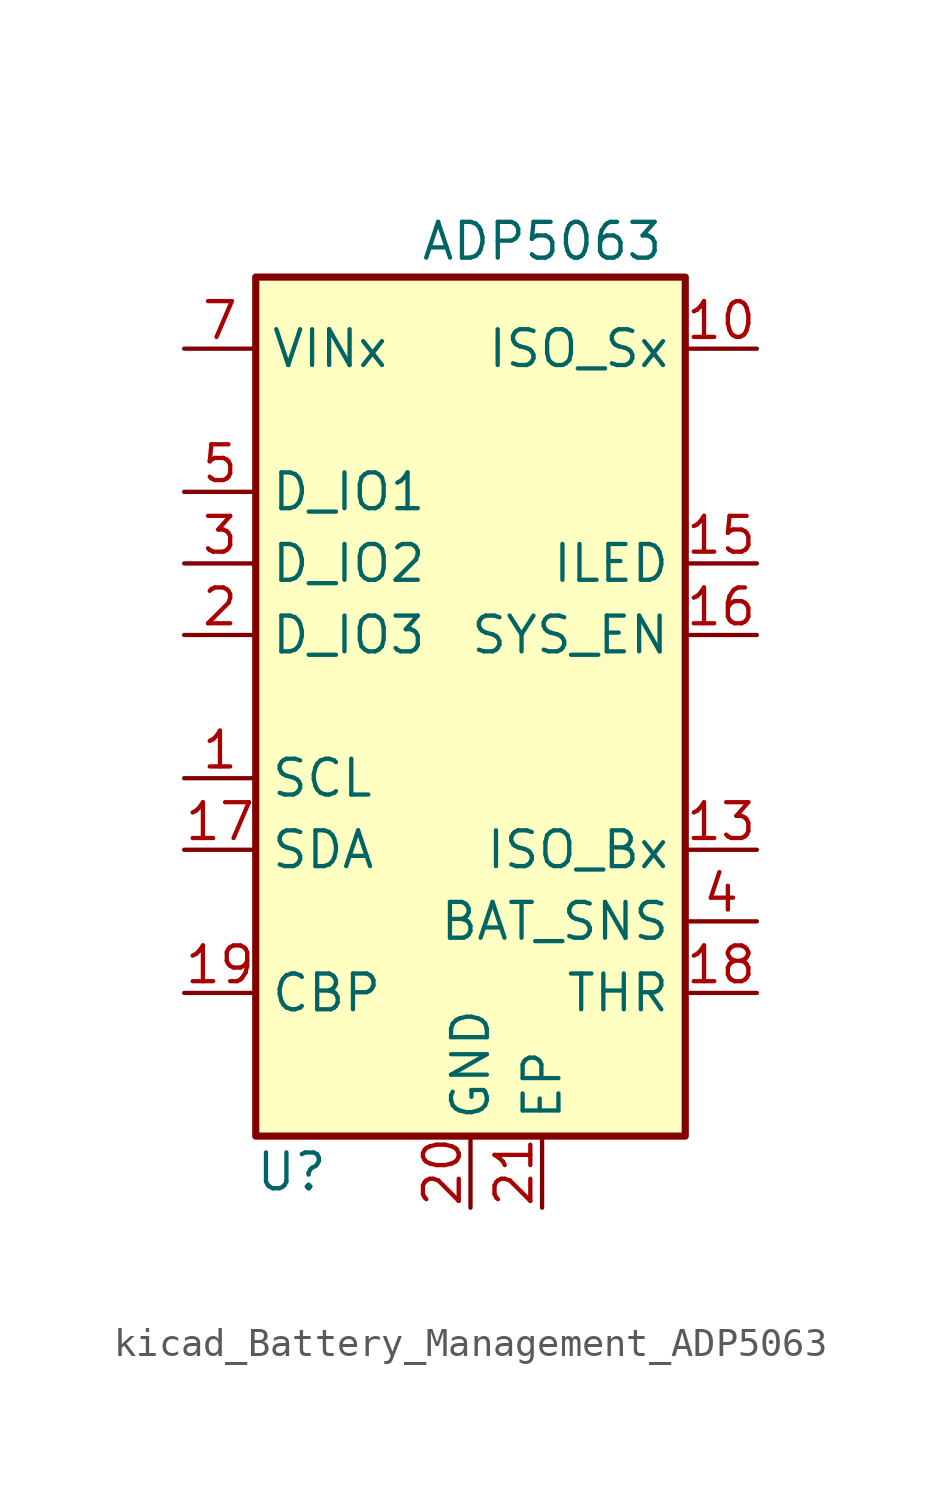
<source format=kicad_sym>
(kicad_symbol_lib
  (version 20220914)
  (generator kicad_symbol_editor)
  (symbol "kicad_Battery_Management_ADP5063"
    (property "Reference" "U"
      (at -6.35 -16.51 0)
      (effects (font (size 1.27 1.27))))
    (property "Value" "ADP5063"
      (at 2.54 16.51 0)
      (effects (font (size 1.27 1.27))))
    (symbol "kicad_Battery_Management_ADP5063_1_1"
      (rectangle (start -7.62 15.24) (end 7.62 -15.24) (stroke (width 0.254) (type default)) (fill (type background)))
      (pin input line (at -10.16 -2.54 0) (length 2.54) (name "SCL" (effects (font (size 1.27 1.27)))) (number "1" (effects (font (size 1.27 1.27)))))
      (pin power_out line (at 10.16 12.7 180) (length 2.54) (name "ISO_Sx" (effects (font (size 1.27 1.27)))) (number "10" (effects (font (size 1.27 1.27)))))
      (pin passive line (at 10.16 12.7 180) (length 2.54) hide (name "ISO_Sx" (effects (font (size 1.27 1.27)))) (number "11" (effects (font (size 1.27 1.27)))))
      (pin passive line (at 10.16 -5.08 180) (length 2.54) hide (name "ISO_Bx" (effects (font (size 1.27 1.27)))) (number "12" (effects (font (size 1.27 1.27)))))
      (pin passive line (at 10.16 -5.08 180) (length 2.54) (name "ISO_Bx" (effects (font (size 1.27 1.27)))) (number "13" (effects (font (size 1.27 1.27)))))
      (pin passive line (at 10.16 -5.08 180) (length 2.54) hide (name "ISO_Bx" (effects (font (size 1.27 1.27)))) (number "14" (effects (font (size 1.27 1.27)))))
      (pin open_collector line (at 10.16 5.08 180) (length 2.54) (name "ILED" (effects (font (size 1.27 1.27)))) (number "15" (effects (font (size 1.27 1.27)))))
      (pin open_collector line (at 10.16 2.54 180) (length 2.54) (name "SYS_EN" (effects (font (size 1.27 1.27)))) (number "16" (effects (font (size 1.27 1.27)))))
      (pin bidirectional line (at -10.16 -5.08 0) (length 2.54) (name "SDA" (effects (font (size 1.27 1.27)))) (number "17" (effects (font (size 1.27 1.27)))))
      (pin passive line (at 10.16 -10.16 180) (length 2.54) (name "THR" (effects (font (size 1.27 1.27)))) (number "18" (effects (font (size 1.27 1.27)))))
      (pin passive line (at -10.16 -10.16 0) (length 2.54) (name "CBP" (effects (font (size 1.27 1.27)))) (number "19" (effects (font (size 1.27 1.27)))))
      (pin bidirectional line (at -10.16 2.54 0) (length 2.54) (name "D_IO3" (effects (font (size 1.27 1.27)))) (number "2" (effects (font (size 1.27 1.27)))))
      (pin power_in line (at 0 -17.78 90) (length 2.54) (name "GND" (effects (font (size 1.27 1.27)))) (number "20" (effects (font (size 1.27 1.27)))))
      (pin passive line (at 2.54 -17.78 90) (length 2.54) (name "EP" (effects (font (size 1.27 1.27)))) (number "21" (effects (font (size 1.27 1.27)))))
      (pin bidirectional line (at -10.16 5.08 0) (length 2.54) (name "D_IO2" (effects (font (size 1.27 1.27)))) (number "3" (effects (font (size 1.27 1.27)))))
      (pin passive line (at 10.16 -7.62 180) (length 2.54) (name "BAT_SNS" (effects (font (size 1.27 1.27)))) (number "4" (effects (font (size 1.27 1.27)))))
      (pin bidirectional line (at -10.16 7.62 0) (length 2.54) (name "D_IO1" (effects (font (size 1.27 1.27)))) (number "5" (effects (font (size 1.27 1.27)))))
      (pin input line (at -10.16 12.7 0) (length 2.54) hide (name "VINx" (effects (font (size 1.27 1.27)))) (number "6" (effects (font (size 1.27 1.27)))))
      (pin input line (at -10.16 12.7 0) (length 2.54) (name "VINx" (effects (font (size 1.27 1.27)))) (number "7" (effects (font (size 1.27 1.27)))))
      (pin input line (at -10.16 12.7 0) (length 2.54) hide (name "VINx" (effects (font (size 1.27 1.27)))) (number "8" (effects (font (size 1.27 1.27)))))
      (pin passive line (at 10.16 12.7 180) (length 2.54) hide (name "ISO_Sx" (effects (font (size 1.27 1.27)))) (number "9" (effects (font (size 1.27 1.27))))))))
</source>
